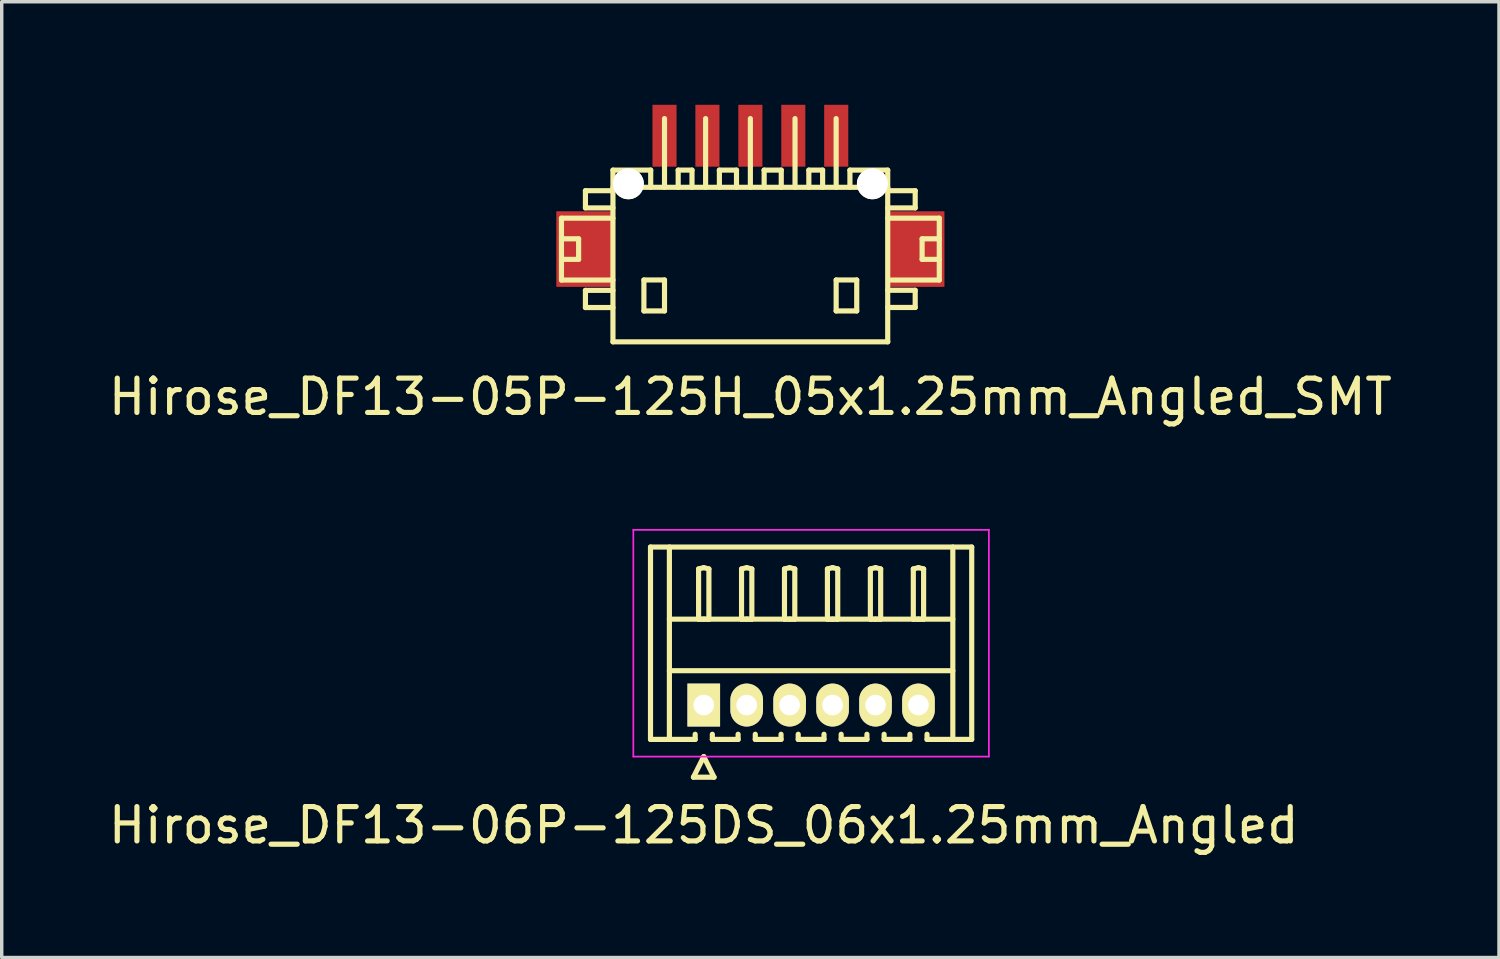
<source format=kicad_pcb>
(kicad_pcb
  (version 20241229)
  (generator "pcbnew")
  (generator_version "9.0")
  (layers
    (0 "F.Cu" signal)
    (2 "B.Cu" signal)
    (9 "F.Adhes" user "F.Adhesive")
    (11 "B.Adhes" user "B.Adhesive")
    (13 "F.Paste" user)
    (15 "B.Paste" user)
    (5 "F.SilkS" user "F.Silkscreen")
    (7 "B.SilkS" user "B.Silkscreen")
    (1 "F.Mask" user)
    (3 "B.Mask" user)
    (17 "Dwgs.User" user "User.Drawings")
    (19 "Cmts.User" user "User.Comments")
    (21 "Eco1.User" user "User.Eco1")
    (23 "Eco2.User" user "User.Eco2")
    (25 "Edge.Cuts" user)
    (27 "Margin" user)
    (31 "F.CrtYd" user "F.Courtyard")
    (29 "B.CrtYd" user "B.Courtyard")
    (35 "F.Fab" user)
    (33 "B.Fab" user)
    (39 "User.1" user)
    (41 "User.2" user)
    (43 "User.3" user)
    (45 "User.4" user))
  (footprint "Hirose_DF13-06P-125DS_06x1.25mm_Angled"
    (layer "F.Cu")
    (at 17.435 17.473)
    (property "Reference" "Hirose_DF13-06P-125DS_06x1.25mm_Angled" (at 0 3.5 0) (layer "F.SilkS") (effects (font (size 1 1) (thickness 0.15))))
    (attr through_hole)
    (fp_line (start -1.55 -4.6) (end 7.8 -4.6) (stroke (width 0.15) (type solid)) (layer "F.SilkS"))
    (fp_line (start -1.55 1) (end -1.55 -4.6) (stroke (width 0.15) (type solid)) (layer "F.SilkS"))
    (fp_line (start -1 -4.6) (end -1 1) (stroke (width 0.15) (type solid)) (layer "F.SilkS"))
    (fp_line (start -1 -2.5) (end 7.25 -2.5) (stroke (width 0.15) (type solid)) (layer "F.SilkS"))
    (fp_line (start -1 -1) (end 7.25 -1) (stroke (width 0.15) (type solid)) (layer "F.SilkS"))
    (fp_line (start -0.3 2.1) (end 0.3 2.1) (stroke (width 0.15) (type solid)) (layer "F.SilkS"))
    (fp_line (start -0.25 0.85) (end -0.25 1) (stroke (width 0.15) (type solid)) (layer "F.SilkS"))
    (fp_line (start -0.25 1) (end -1.55 1) (stroke (width 0.15) (type solid)) (layer "F.SilkS"))
    (fp_line (start -0.15 -3.962) (end 0 -4) (stroke (width 0.15) (type solid)) (layer "F.SilkS"))
    (fp_line (start -0.15 -2.5) (end -0.15 -3.962) (stroke (width 0.15) (type solid)) (layer "F.SilkS"))
    (fp_line (start 0 -4) (end 0.15 -3.962) (stroke (width 0.15) (type solid)) (layer "F.SilkS"))
    (fp_line (start 0 -2.5) (end -0.15 -2.5) (stroke (width 0.15) (type solid)) (layer "F.SilkS"))
    (fp_line (start 0 1.5) (end -0.3 2.1) (stroke (width 0.15) (type solid)) (layer "F.SilkS"))
    (fp_line (start 0.15 -3.962) (end 0.15 -2.5) (stroke (width 0.15) (type solid)) (layer "F.SilkS"))
    (fp_line (start 0.15 -2.5) (end 0 -2.5) (stroke (width 0.15) (type solid)) (layer "F.SilkS"))
    (fp_line (start 0.25 0.85) (end 0.25 1) (stroke (width 0.15) (type solid)) (layer "F.SilkS"))
    (fp_line (start 0.25 1) (end 1 1) (stroke (width 0.15) (type solid)) (layer "F.SilkS"))
    (fp_line (start 0.3 2.1) (end 0 1.5) (stroke (width 0.15) (type solid)) (layer "F.SilkS"))
    (fp_line (start 1 1) (end 1 0.85) (stroke (width 0.15) (type solid)) (layer "F.SilkS"))
    (fp_line (start 1.1 -3.962) (end 1.25 -4) (stroke (width 0.15) (type solid)) (layer "F.SilkS"))
    (fp_line (start 1.1 -2.5) (end 1.1 -3.962) (stroke (width 0.15) (type solid)) (layer "F.SilkS"))
    (fp_line (start 1.25 -4) (end 1.4 -3.962) (stroke (width 0.15) (type solid)) (layer "F.SilkS"))
    (fp_line (start 1.25 -2.5) (end 1.1 -2.5) (stroke (width 0.15) (type solid)) (layer "F.SilkS"))
    (fp_line (start 1.4 -3.962) (end 1.4 -2.5) (stroke (width 0.15) (type solid)) (layer "F.SilkS"))
    (fp_line (start 1.4 -2.5) (end 1.25 -2.5) (stroke (width 0.15) (type solid)) (layer "F.SilkS"))
    (fp_line (start 1.5 0.85) (end 1.5 1) (stroke (width 0.15) (type solid)) (layer "F.SilkS"))
    (fp_line (start 1.5 1) (end 2.25 1) (stroke (width 0.15) (type solid)) (layer "F.SilkS"))
    (fp_line (start 2.25 1) (end 2.25 0.85) (stroke (width 0.15) (type solid)) (layer "F.SilkS"))
    (fp_line (start 2.35 -3.962) (end 2.5 -4) (stroke (width 0.15) (type solid)) (layer "F.SilkS"))
    (fp_line (start 2.35 -2.5) (end 2.35 -3.962) (stroke (width 0.15) (type solid)) (layer "F.SilkS"))
    (fp_line (start 2.5 -4) (end 2.65 -3.962) (stroke (width 0.15) (type solid)) (layer "F.SilkS"))
    (fp_line (start 2.5 -2.5) (end 2.35 -2.5) (stroke (width 0.15) (type solid)) (layer "F.SilkS"))
    (fp_line (start 2.65 -3.962) (end 2.65 -2.5) (stroke (width 0.15) (type solid)) (layer "F.SilkS"))
    (fp_line (start 2.65 -2.5) (end 2.5 -2.5) (stroke (width 0.15) (type solid)) (layer "F.SilkS"))
    (fp_line (start 2.75 0.85) (end 2.75 1) (stroke (width 0.15) (type solid)) (layer "F.SilkS"))
    (fp_line (start 2.75 1) (end 3.5 1) (stroke (width 0.15) (type solid)) (layer "F.SilkS"))
    (fp_line (start 3.5 1) (end 3.5 0.85) (stroke (width 0.15) (type solid)) (layer "F.SilkS"))
    (fp_line (start 3.6 -3.962) (end 3.75 -4) (stroke (width 0.15) (type solid)) (layer "F.SilkS"))
    (fp_line (start 3.6 -2.5) (end 3.6 -3.962) (stroke (width 0.15) (type solid)) (layer "F.SilkS"))
    (fp_line (start 3.75 -4) (end 3.9 -3.962) (stroke (width 0.15) (type solid)) (layer "F.SilkS"))
    (fp_line (start 3.75 -2.5) (end 3.6 -2.5) (stroke (width 0.15) (type solid)) (layer "F.SilkS"))
    (fp_line (start 3.9 -3.962) (end 3.9 -2.5) (stroke (width 0.15) (type solid)) (layer "F.SilkS"))
    (fp_line (start 3.9 -2.5) (end 3.75 -2.5) (stroke (width 0.15) (type solid)) (layer "F.SilkS"))
    (fp_line (start 4 0.85) (end 4 1) (stroke (width 0.15) (type solid)) (layer "F.SilkS"))
    (fp_line (start 4 1) (end 4.75 1) (stroke (width 0.15) (type solid)) (layer "F.SilkS"))
    (fp_line (start 4.75 1) (end 4.75 0.85) (stroke (width 0.15) (type solid)) (layer "F.SilkS"))
    (fp_line (start 4.85 -3.962) (end 5 -4) (stroke (width 0.15) (type solid)) (layer "F.SilkS"))
    (fp_line (start 4.85 -2.5) (end 4.85 -3.962) (stroke (width 0.15) (type solid)) (layer "F.SilkS"))
    (fp_line (start 5 -4) (end 5.15 -3.962) (stroke (width 0.15) (type solid)) (layer "F.SilkS"))
    (fp_line (start 5 -2.5) (end 4.85 -2.5) (stroke (width 0.15) (type solid)) (layer "F.SilkS"))
    (fp_line (start 5.15 -3.962) (end 5.15 -2.5) (stroke (width 0.15) (type solid)) (layer "F.SilkS"))
    (fp_line (start 5.15 -2.5) (end 5 -2.5) (stroke (width 0.15) (type solid)) (layer "F.SilkS"))
    (fp_line (start 5.25 0.85) (end 5.25 1) (stroke (width 0.15) (type solid)) (layer "F.SilkS"))
    (fp_line (start 5.25 1) (end 6 1) (stroke (width 0.15) (type solid)) (layer "F.SilkS"))
    (fp_line (start 6 1) (end 6 0.85) (stroke (width 0.15) (type solid)) (layer "F.SilkS"))
    (fp_line (start 6.1 -3.962) (end 6.25 -4) (stroke (width 0.15) (type solid)) (layer "F.SilkS"))
    (fp_line (start 6.1 -2.5) (end 6.1 -3.962) (stroke (width 0.15) (type solid)) (layer "F.SilkS"))
    (fp_line (start 6.25 -4) (end 6.4 -3.962) (stroke (width 0.15) (type solid)) (layer "F.SilkS"))
    (fp_line (start 6.25 -2.5) (end 6.1 -2.5) (stroke (width 0.15) (type solid)) (layer "F.SilkS"))
    (fp_line (start 6.4 -3.962) (end 6.4 -2.5) (stroke (width 0.15) (type solid)) (layer "F.SilkS"))
    (fp_line (start 6.4 -2.5) (end 6.25 -2.5) (stroke (width 0.15) (type solid)) (layer "F.SilkS"))
    (fp_line (start 6.5 1) (end 6.5 0.85) (stroke (width 0.15) (type solid)) (layer "F.SilkS"))
    (fp_line (start 7.25 -4.6) (end 7.25 1) (stroke (width 0.15) (type solid)) (layer "F.SilkS"))
    (fp_line (start 7.8 -4.6) (end 7.8 1) (stroke (width 0.15) (type solid)) (layer "F.SilkS"))
    (fp_line (start 7.8 1) (end 6.5 1) (stroke (width 0.15) (type solid)) (layer "F.SilkS"))
    (fp_line (start -2.05 -5.1) (end -2.05 1.5) (stroke (width 0.05) (type solid)) (layer "F.CrtYd"))
    (fp_line (start -2.05 1.5) (end 8.3 1.5) (stroke (width 0.05) (type solid)) (layer "F.CrtYd"))
    (fp_line (start 8.3 -5.1) (end -2.05 -5.1) (stroke (width 0.05) (type solid)) (layer "F.CrtYd"))
    (fp_line (start 8.3 1.5) (end 8.3 -5.1) (stroke (width 0.05) (type solid)) (layer "F.CrtYd"))
    (pad "1" thru_hole rect (at 0 0) (size 0.95 1.25) (drill 0.6) (layers "*.Cu" "*.Mask" "F.SilkS"))
    (pad "2" thru_hole oval (at 1.25 0) (size 0.95 1.25) (drill 0.6) (layers "*.Cu" "*.Mask" "F.SilkS"))
    (pad "3" thru_hole oval (at 2.5 0) (size 0.95 1.25) (drill 0.6) (layers "*.Cu" "*.Mask" "F.SilkS"))
    (pad "4" thru_hole oval (at 3.75 0) (size 0.95 1.25) (drill 0.6) (layers "*.Cu" "*.Mask" "F.SilkS"))
    (pad "5" thru_hole oval (at 5 0) (size 0.95 1.25) (drill 0.6) (layers "*.Cu" "*.Mask" "F.SilkS"))
    (pad "6" thru_hole oval (at 6.25 0) (size 0.95 1.25) (drill 0.6) (layers "*.Cu" "*.Mask" "F.SilkS")))
  (footprint "Hirose_DF13-05P-125H_05x1.25mm_Angled_SMT"
    (layer "F.Cu")
    (at 18.792 4.401)
    (property "Reference" "Hirose_DF13-05P-125H_05x1.25mm_Angled_SMT" (at 0 4.1 0) (layer "F.SilkS") (effects (font (size 1 1) (thickness 0.15))))
    (attr smd)
    (fp_line (start -5.499 -1.1) (end -5.499 0.701) (stroke (width 0.15) (type solid)) (layer "F.SilkS"))
    (fp_line (start -5.499 0.701) (end -4 0.701) (stroke (width 0.15) (type solid)) (layer "F.SilkS"))
    (fp_line (start -4.999 -0.5) (end -5.499 -0.5) (stroke (width 0.15) (type solid)) (layer "F.SilkS"))
    (fp_line (start -4.999 0.099) (end -5.499 0.099) (stroke (width 0.15) (type solid)) (layer "F.SilkS"))
    (fp_line (start -4.999 0.099) (end -4.999 -0.5) (stroke (width 0.15) (type solid)) (layer "F.SilkS"))
    (fp_line (start -4.801 -1.9) (end -4.801 -1.4) (stroke (width 0.15) (type solid)) (layer "F.SilkS"))
    (fp_line (start -4.801 -1.9) (end -4 -1.9) (stroke (width 0.15) (type solid)) (layer "F.SilkS"))
    (fp_line (start -4.801 1.001) (end -4.801 1.501) (stroke (width 0.15) (type solid)) (layer "F.SilkS"))
    (fp_line (start -4.801 1.501) (end -4 1.501) (stroke (width 0.15) (type solid)) (layer "F.SilkS"))
    (fp_line (start -4 -1.4) (end -4.801 -1.4) (stroke (width 0.15) (type solid)) (layer "F.SilkS"))
    (fp_line (start -4 -1.1) (end -5.499 -1.1) (stroke (width 0.15) (type solid)) (layer "F.SilkS"))
    (fp_line (start -4 1.001) (end -4.801 1.001) (stroke (width 0.15) (type solid)) (layer "F.SilkS"))
    (fp_line (start -4 2.499) (end -4 -2.499) (stroke (width 0.15) (type solid)) (layer "F.SilkS"))
    (fp_line (start -4 2.499) (end 4 2.499) (stroke (width 0.15) (type solid)) (layer "F.SilkS"))
    (fp_line (start -3.099 0.699) (end -3.099 1.6) (stroke (width 0.15) (type solid)) (layer "F.SilkS"))
    (fp_line (start -3.099 1.6) (end -2.499 1.6) (stroke (width 0.15) (type solid)) (layer "F.SilkS"))
    (fp_line (start -2.901 -2.499) (end -4 -2.499) (stroke (width 0.15) (type solid)) (layer "F.SilkS"))
    (fp_line (start -2.901 -2.499) (end -2.901 -1.999) (stroke (width 0.15) (type solid)) (layer "F.SilkS"))
    (fp_line (start -2.499 -4) (end -2.499 -1.999) (stroke (width 0.15) (type solid)) (layer "F.SilkS"))
    (fp_line (start -2.499 0.699) (end -3.099 0.699) (stroke (width 0.15) (type solid)) (layer "F.SilkS"))
    (fp_line (start -2.499 1.6) (end -2.499 0.699) (stroke (width 0.15) (type solid)) (layer "F.SilkS"))
    (fp_line (start -2.101 -2.499) (end -2.101 -1.999) (stroke (width 0.15) (type solid)) (layer "F.SilkS"))
    (fp_line (start -1.699 -2.499) (end -2.101 -2.499) (stroke (width 0.15) (type solid)) (layer "F.SilkS"))
    (fp_line (start -1.699 -2.499) (end -1.699 -1.999) (stroke (width 0.15) (type solid)) (layer "F.SilkS"))
    (fp_line (start -1.303 -1.999) (end -1.303 -4) (stroke (width 0.15) (type solid)) (layer "F.SilkS"))
    (fp_line (start -0.904 -2.499) (end -0.404 -2.499) (stroke (width 0.15) (type solid)) (layer "F.SilkS"))
    (fp_line (start -0.902 -1.999) (end -0.902 -2.499) (stroke (width 0.15) (type solid)) (layer "F.SilkS"))
    (fp_line (start -0.404 -2.499) (end -0.404 -1.999) (stroke (width 0.15) (type solid)) (layer "F.SilkS"))
    (fp_line (start 0 -1.999) (end 0 -4) (stroke (width 0.15) (type solid)) (layer "F.SilkS"))
    (fp_line (start 0.399 -2.499) (end 0.899 -2.499) (stroke (width 0.15) (type solid)) (layer "F.SilkS"))
    (fp_line (start 0.401 -1.999) (end 0.401 -2.499) (stroke (width 0.15) (type solid)) (layer "F.SilkS"))
    (fp_line (start 0.899 -2.499) (end 0.899 -1.999) (stroke (width 0.15) (type solid)) (layer "F.SilkS"))
    (fp_line (start 1.3 -1.999) (end 1.3 -4) (stroke (width 0.15) (type solid)) (layer "F.SilkS"))
    (fp_line (start 1.702 -2.499) (end 1.702 -1.999) (stroke (width 0.15) (type solid)) (layer "F.SilkS"))
    (fp_line (start 2.103 -2.499) (end 1.702 -2.499) (stroke (width 0.15) (type solid)) (layer "F.SilkS"))
    (fp_line (start 2.103 -2.499) (end 2.103 -1.999) (stroke (width 0.15) (type solid)) (layer "F.SilkS"))
    (fp_line (start 2.497 -1.999) (end 2.497 -4) (stroke (width 0.15) (type solid)) (layer "F.SilkS"))
    (fp_line (start 2.497 0.699) (end 3.096 0.699) (stroke (width 0.15) (type solid)) (layer "F.SilkS"))
    (fp_line (start 2.497 1.6) (end 2.497 0.699) (stroke (width 0.15) (type solid)) (layer "F.SilkS"))
    (fp_line (start 2.898 -2.499) (end 2.898 -1.999) (stroke (width 0.15) (type solid)) (layer "F.SilkS"))
    (fp_line (start 3.096 0.699) (end 3.096 1.6) (stroke (width 0.15) (type solid)) (layer "F.SilkS"))
    (fp_line (start 3.096 1.6) (end 2.497 1.6) (stroke (width 0.15) (type solid)) (layer "F.SilkS"))
    (fp_line (start 3.998 -2.499) (end 2.898 -2.499) (stroke (width 0.15) (type solid)) (layer "F.SilkS"))
    (fp_line (start 3.998 -2.499) (end 3.998 2.499) (stroke (width 0.15) (type solid)) (layer "F.SilkS"))
    (fp_line (start 3.998 -1.9) (end 4.798 -1.9) (stroke (width 0.15) (type solid)) (layer "F.SilkS"))
    (fp_line (start 3.998 0.998) (end 4.798 0.998) (stroke (width 0.15) (type solid)) (layer "F.SilkS"))
    (fp_line (start 4 -1.999) (end -4 -1.999) (stroke (width 0.15) (type solid)) (layer "F.SilkS"))
    (fp_line (start 4.798 -1.9) (end 4.798 -1.4) (stroke (width 0.15) (type solid)) (layer "F.SilkS"))
    (fp_line (start 4.798 -1.4) (end 3.998 -1.4) (stroke (width 0.15) (type solid)) (layer "F.SilkS"))
    (fp_line (start 4.798 0.998) (end 4.798 1.499) (stroke (width 0.15) (type solid)) (layer "F.SilkS"))
    (fp_line (start 4.798 1.499) (end 3.998 1.499) (stroke (width 0.15) (type solid)) (layer "F.SilkS"))
    (fp_line (start 4.999 0.099) (end 4.999 -0.5) (stroke (width 0.15) (type solid)) (layer "F.SilkS"))
    (fp_line (start 5.497 -1.1) (end 3.998 -1.1) (stroke (width 0.15) (type solid)) (layer "F.SilkS"))
    (fp_line (start 5.497 0.701) (end 4.097 0.701) (stroke (width 0.15) (type solid)) (layer "F.SilkS"))
    (fp_line (start 5.499 -1.1) (end 5.499 0.701) (stroke (width 0.15) (type solid)) (layer "F.SilkS"))
    (fp_line (start 5.499 -0.5) (end 4.999 -0.5) (stroke (width 0.15) (type solid)) (layer "F.SilkS"))
    (fp_line (start 5.499 0.099) (end 4.999 0.099) (stroke (width 0.15) (type solid)) (layer "F.SilkS"))
    (pad "" smd rect (at -4.849 -0.201) (size 1.6 2.2) (layers "F.Cu" "F.Mask" "F.Paste"))
    (pad "" np_thru_hole circle (at -3.551 -2.101) (size 0.899 0.899) (drill 0.899) (layers "*.Cu" "*.Mask" "F.SilkS"))
    (pad "" np_thru_hole circle (at 3.551 -2.101) (size 0.899 0.899) (drill 0.899) (layers "*.Cu" "*.Mask" "F.SilkS"))
    (pad "" smd rect (at 4.849 -0.201) (size 1.6 2.2) (layers "F.Cu" "F.Mask" "F.Paste"))
    (pad "1" smd rect (at 2.499 -3.5) (size 0.701 1.801) (layers "F.Cu" "F.Mask" "F.Paste"))
    (pad "2" smd rect (at 1.25 -3.5) (size 0.701 1.801) (layers "F.Cu" "F.Mask" "F.Paste"))
    (pad "3" smd rect (at 0 -3.5) (size 0.701 1.801) (layers "F.Cu" "F.Mask" "F.Paste"))
    (pad "4" smd rect (at -1.25 -3.5) (size 0.701 1.801) (layers "F.Cu" "F.Mask" "F.Paste"))
    (pad "5" smd rect (at -2.499 -3.5) (size 0.701 1.801) (layers "F.Cu" "F.Mask" "F.Paste")))
  (gr_rect
    (start -3 -3)
    (end 40.583 24.822)
    (stroke (width 0.1) (type default))
    (fill no)
    (layer "Edge.Cuts")))
</source>
